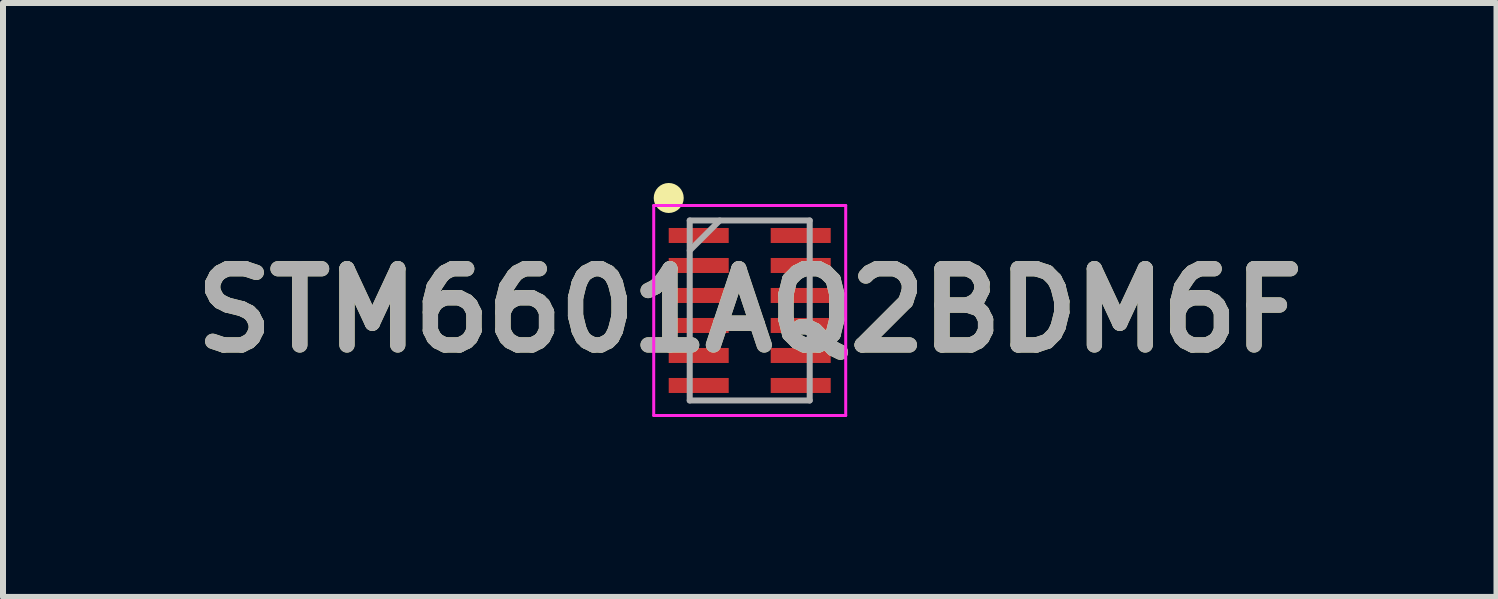
<source format=kicad_pcb>
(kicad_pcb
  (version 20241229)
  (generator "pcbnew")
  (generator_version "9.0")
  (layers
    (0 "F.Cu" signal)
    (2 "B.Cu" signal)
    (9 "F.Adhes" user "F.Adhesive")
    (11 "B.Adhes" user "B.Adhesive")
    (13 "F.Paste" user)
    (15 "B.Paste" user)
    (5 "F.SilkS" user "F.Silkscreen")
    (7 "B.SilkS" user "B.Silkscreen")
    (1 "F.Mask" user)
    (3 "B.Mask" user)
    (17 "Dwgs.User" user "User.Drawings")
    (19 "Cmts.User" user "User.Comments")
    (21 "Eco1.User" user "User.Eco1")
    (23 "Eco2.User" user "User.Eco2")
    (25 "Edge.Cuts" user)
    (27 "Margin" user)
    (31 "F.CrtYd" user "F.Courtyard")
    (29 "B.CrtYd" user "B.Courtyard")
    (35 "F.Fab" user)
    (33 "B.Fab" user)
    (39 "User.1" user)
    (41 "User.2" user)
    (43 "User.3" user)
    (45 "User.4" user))
  (footprint "STM6601AQ2BDM6F"
    (layer "F.Cu")
    (at 9.446 2.125)
    (property "Reference" "STM6601AQ2BDM6F" (at 0 0 0) (layer "F.SilkS") (effects (font (size 1.27 1.27) (thickness 0.254))))
    (attr smd)
    (fp_circle (center -1.35 -1.875) (end -1.35 -1.75) (stroke (width 0.25) (type solid)) (fill no) (layer "F.SilkS"))
    (fp_line (start -1.6 -1.75) (end 1.6 -1.75) (stroke (width 0.05) (type solid)) (layer "F.CrtYd"))
    (fp_line (start -1.6 1.75) (end -1.6 -1.75) (stroke (width 0.05) (type solid)) (layer "F.CrtYd"))
    (fp_line (start 1.6 -1.75) (end 1.6 1.75) (stroke (width 0.05) (type solid)) (layer "F.CrtYd"))
    (fp_line (start 1.6 1.75) (end -1.6 1.75) (stroke (width 0.05) (type solid)) (layer "F.CrtYd"))
    (fp_line (start -1 -1.5) (end 1 -1.5) (stroke (width 0.1) (type solid)) (layer "F.Fab"))
    (fp_line (start -1 -1) (end -0.5 -1.5) (stroke (width 0.1) (type solid)) (layer "F.Fab"))
    (fp_line (start -1 1.5) (end -1 -1.5) (stroke (width 0.1) (type solid)) (layer "F.Fab"))
    (fp_line (start 1 -1.5) (end 1 1.5) (stroke (width 0.1) (type solid)) (layer "F.Fab"))
    (fp_line (start 1 1.5) (end -1 1.5) (stroke (width 0.1) (type solid)) (layer "F.Fab"))
    (fp_text user "${REFERENCE}" (at 0 0 0) (layer "F.Fab") (effects (font (size 1.27 1.27) (thickness 0.254))))
    (pad "1" smd rect (at -0.85 -1.25 90) (size 0.25 1) (layers "F.Cu" "F.Mask" "F.Paste"))
    (pad "2" smd rect (at -0.85 -0.75 90) (size 0.25 1) (layers "F.Cu" "F.Mask" "F.Paste"))
    (pad "3" smd rect (at -0.85 -0.25 90) (size 0.25 1) (layers "F.Cu" "F.Mask" "F.Paste"))
    (pad "4" smd rect (at -0.85 0.25 90) (size 0.25 1) (layers "F.Cu" "F.Mask" "F.Paste"))
    (pad "5" smd rect (at -0.85 0.75 90) (size 0.25 1) (layers "F.Cu" "F.Mask" "F.Paste"))
    (pad "6" smd rect (at -0.85 1.25 90) (size 0.25 1) (layers "F.Cu" "F.Mask" "F.Paste"))
    (pad "7" smd rect (at 0.85 1.25 90) (size 0.25 1) (layers "F.Cu" "F.Mask" "F.Paste"))
    (pad "8" smd rect (at 0.85 0.75 90) (size 0.25 1) (layers "F.Cu" "F.Mask" "F.Paste"))
    (pad "9" smd rect (at 0.85 0.25 90) (size 0.25 1) (layers "F.Cu" "F.Mask" "F.Paste"))
    (pad "10" smd rect (at 0.85 -0.25 90) (size 0.25 1) (layers "F.Cu" "F.Mask" "F.Paste"))
    (pad "11" smd rect (at 0.85 -0.75 90) (size 0.25 1) (layers "F.Cu" "F.Mask" "F.Paste"))
    (pad "12" smd rect (at 0.85 -1.25 90) (size 0.25 1) (layers "F.Cu" "F.Mask" "F.Paste")))
  (gr_rect
    (start -3 -3)
    (end 21.893 6.9)
    (stroke (width 0.1) (type default))
    (fill no)
    (layer "Edge.Cuts")))
</source>
